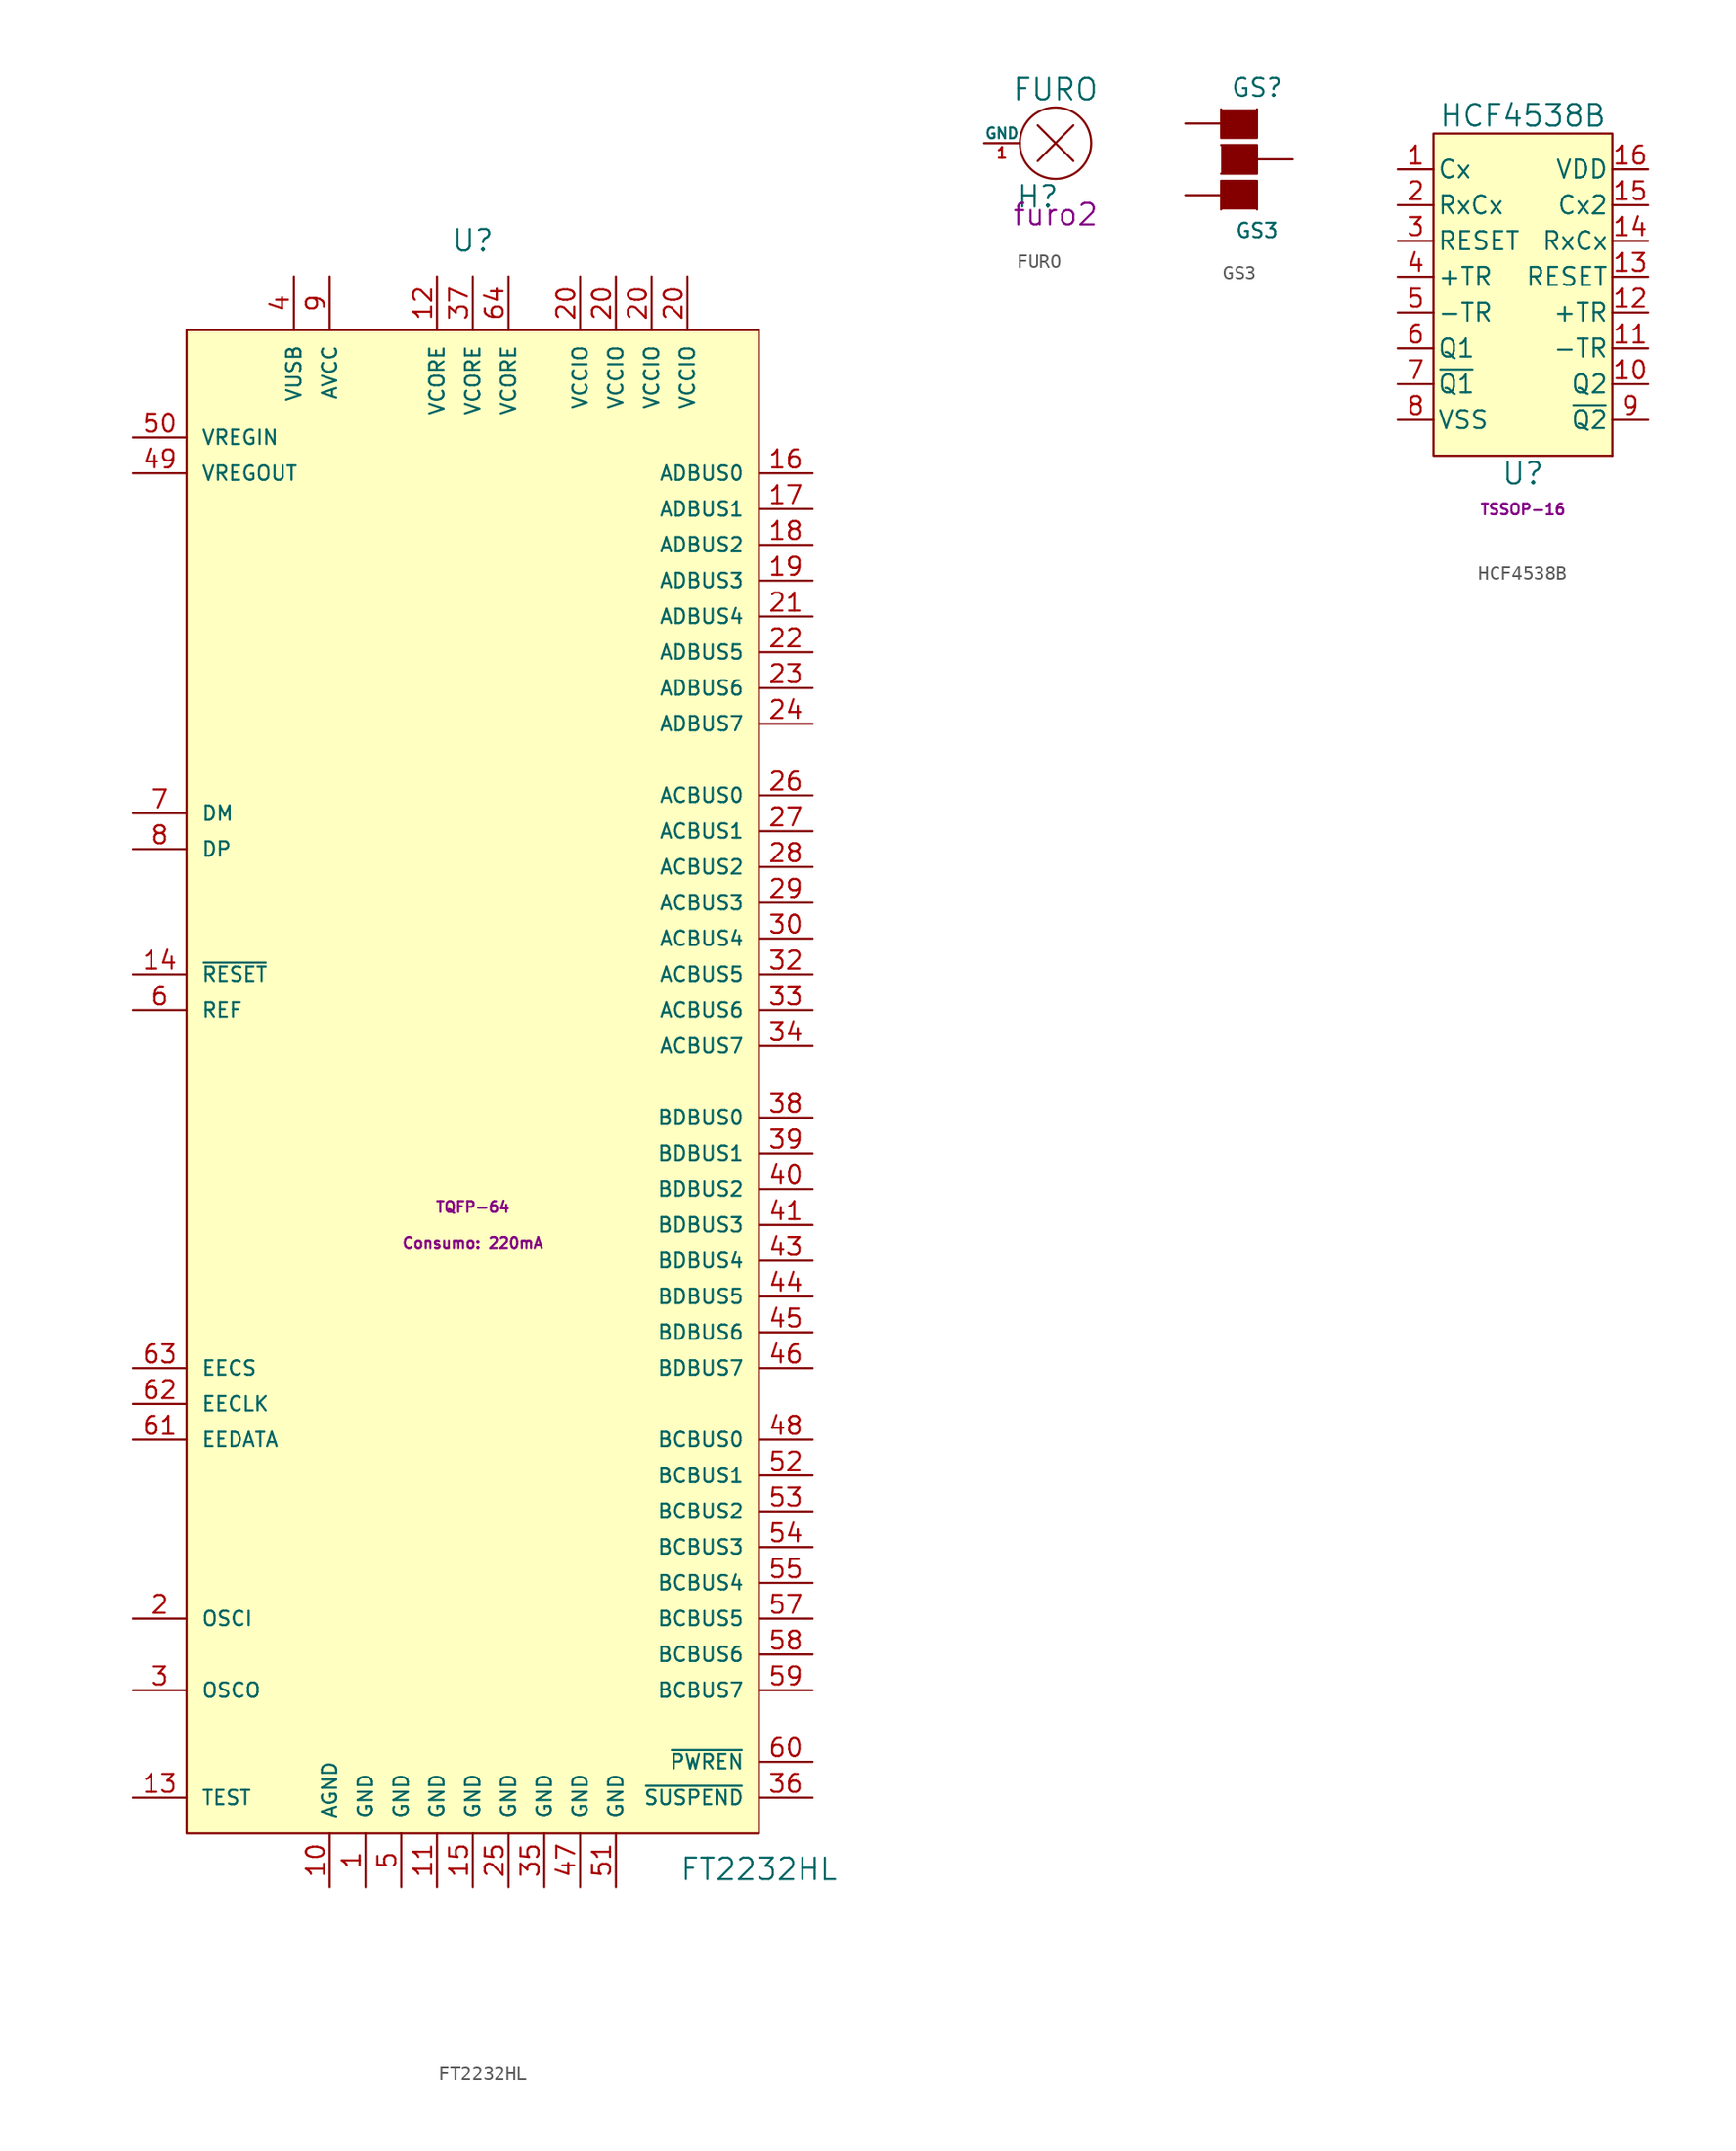
<source format=kicad_sym>
(kicad_symbol_lib
  (version 20220914)
  (generator kicad_symbol_editor)
  (symbol "FT2232HL"
    (pin_names
      (offset 1.016))
    (property "Reference" "U"
      (at 0 59.69 0)
      (effects (font (size 1.524 1.524))))
    (property "Value" "FT2232HL"
      (at 20.32 -55.88 0)
      (effects (font (size 1.524 1.524))))
    (property "Footprint" "TQFP-64"
      (at 0 -8.89 0)
      (effects (font (size 0.762 0.762))))
    (property "Datasheet" ""
      (at 0 0 0)
      (effects (font (size 1.524 1.524))))
    (property "Field4" "Consumo: 220mA"
      (at 0 -11.43 0)
      (effects (font (size 0.762 0.762))))
    (symbol "FT2232HL_0_1"
      (rectangle (start 20.32 -53.34) (end -20.32 53.34) (stroke (width 0) (type default)) (fill (type background))))
    (symbol "FT2232HL_1_1"
      (pin input line (at -7.62 -57.15 90) (length 3.81) (name "GND" (effects (font (size 1.016 1.016)))) (number "1" (effects (font (size 1.27 1.27)))))
      (pin input line (at -10.16 -57.15 90) (length 3.81) (name "AGND" (effects (font (size 1.016 1.016)))) (number "10" (effects (font (size 1.27 1.27)))))
      (pin input line (at -2.54 -57.15 90) (length 3.81) (name "GND" (effects (font (size 1.016 1.016)))) (number "11" (effects (font (size 1.27 1.27)))))
      (pin input line (at -2.54 57.15 270) (length 3.81) (name "VCORE" (effects (font (size 1.016 1.016)))) (number "12" (effects (font (size 1.27 1.27)))))
      (pin input line (at -24.13 -50.8 0) (length 3.81) (name "TEST" (effects (font (size 1.016 1.016)))) (number "13" (effects (font (size 1.27 1.27)))))
      (pin input line (at -24.13 7.62 0) (length 3.81) (name "~{RESET}" (effects (font (size 1.016 1.016)))) (number "14" (effects (font (size 1.27 1.27)))))
      (pin input line (at 0 -57.15 90) (length 3.81) (name "GND" (effects (font (size 1.016 1.016)))) (number "15" (effects (font (size 1.27 1.27)))))
      (pin input line (at 24.13 43.18 180) (length 3.81) (name "ADBUS0" (effects (font (size 1.016 1.016)))) (number "16" (effects (font (size 1.27 1.27)))))
      (pin input line (at 24.13 40.64 180) (length 3.81) (name "ADBUS1" (effects (font (size 1.016 1.016)))) (number "17" (effects (font (size 1.27 1.27)))))
      (pin input line (at 24.13 38.1 180) (length 3.81) (name "ADBUS2" (effects (font (size 1.016 1.016)))) (number "18" (effects (font (size 1.27 1.27)))))
      (pin input line (at 24.13 35.56 180) (length 3.81) (name "ADBUS3" (effects (font (size 1.016 1.016)))) (number "19" (effects (font (size 1.27 1.27)))))
      (pin input line (at -24.13 -38.1 0) (length 3.81) (name "OSCI" (effects (font (size 1.016 1.016)))) (number "2" (effects (font (size 1.27 1.27)))))
      (pin input line (at 7.62 57.15 270) (length 3.81) (name "VCCIO" (effects (font (size 1.016 1.016)))) (number "20" (effects (font (size 1.27 1.27)))))
      (pin input line (at 10.16 57.15 270) (length 3.81) (name "VCCIO" (effects (font (size 1.016 1.016)))) (number "20" (effects (font (size 1.27 1.27)))))
      (pin input line (at 12.7 57.15 270) (length 3.81) (name "VCCIO" (effects (font (size 1.016 1.016)))) (number "20" (effects (font (size 1.27 1.27)))))
      (pin input line (at 15.24 57.15 270) (length 3.81) (name "VCCIO" (effects (font (size 1.016 1.016)))) (number "20" (effects (font (size 1.27 1.27)))))
      (pin input line (at 24.13 33.02 180) (length 3.81) (name "ADBUS4" (effects (font (size 1.016 1.016)))) (number "21" (effects (font (size 1.27 1.27)))))
      (pin input line (at 24.13 30.48 180) (length 3.81) (name "ADBUS5" (effects (font (size 1.016 1.016)))) (number "22" (effects (font (size 1.27 1.27)))))
      (pin input line (at 24.13 27.94 180) (length 3.81) (name "ADBUS6" (effects (font (size 1.016 1.016)))) (number "23" (effects (font (size 1.27 1.27)))))
      (pin input line (at 24.13 25.4 180) (length 3.81) (name "ADBUS7" (effects (font (size 1.016 1.016)))) (number "24" (effects (font (size 1.27 1.27)))))
      (pin input line (at 2.54 -57.15 90) (length 3.81) (name "GND" (effects (font (size 1.016 1.016)))) (number "25" (effects (font (size 1.27 1.27)))))
      (pin input line (at 24.13 20.32 180) (length 3.81) (name "ACBUS0" (effects (font (size 1.016 1.016)))) (number "26" (effects (font (size 1.27 1.27)))))
      (pin input line (at 24.13 17.78 180) (length 3.81) (name "ACBUS1" (effects (font (size 1.016 1.016)))) (number "27" (effects (font (size 1.27 1.27)))))
      (pin input line (at 24.13 15.24 180) (length 3.81) (name "ACBUS2" (effects (font (size 1.016 1.016)))) (number "28" (effects (font (size 1.27 1.27)))))
      (pin input line (at 24.13 12.7 180) (length 3.81) (name "ACBUS3" (effects (font (size 1.016 1.016)))) (number "29" (effects (font (size 1.27 1.27)))))
      (pin input line (at -24.13 -43.18 0) (length 3.81) (name "OSCO" (effects (font (size 1.016 1.016)))) (number "3" (effects (font (size 1.27 1.27)))))
      (pin input line (at 24.13 10.16 180) (length 3.81) (name "ACBUS4" (effects (font (size 1.016 1.016)))) (number "30" (effects (font (size 1.27 1.27)))))
      (pin input line (at 24.13 7.62 180) (length 3.81) (name "ACBUS5" (effects (font (size 1.016 1.016)))) (number "32" (effects (font (size 1.27 1.27)))))
      (pin input line (at 24.13 5.08 180) (length 3.81) (name "ACBUS6" (effects (font (size 1.016 1.016)))) (number "33" (effects (font (size 1.27 1.27)))))
      (pin input line (at 24.13 2.54 180) (length 3.81) (name "ACBUS7" (effects (font (size 1.016 1.016)))) (number "34" (effects (font (size 1.27 1.27)))))
      (pin input line (at 5.08 -57.15 90) (length 3.81) (name "GND" (effects (font (size 1.016 1.016)))) (number "35" (effects (font (size 1.27 1.27)))))
      (pin input line (at 24.13 -50.8 180) (length 3.81) (name "~{SUSPEND}" (effects (font (size 1.016 1.016)))) (number "36" (effects (font (size 1.27 1.27)))))
      (pin input line (at 0 57.15 270) (length 3.81) (name "VCORE" (effects (font (size 1.016 1.016)))) (number "37" (effects (font (size 1.27 1.27)))))
      (pin input line (at 24.13 -2.54 180) (length 3.81) (name "BDBUS0" (effects (font (size 1.016 1.016)))) (number "38" (effects (font (size 1.27 1.27)))))
      (pin input line (at 24.13 -5.08 180) (length 3.81) (name "BDBUS1" (effects (font (size 1.016 1.016)))) (number "39" (effects (font (size 1.27 1.27)))))
      (pin input line (at -12.7 57.15 270) (length 3.81) (name "VUSB" (effects (font (size 1.016 1.016)))) (number "4" (effects (font (size 1.27 1.27)))))
      (pin input line (at 24.13 -7.62 180) (length 3.81) (name "BDBUS2" (effects (font (size 1.016 1.016)))) (number "40" (effects (font (size 1.27 1.27)))))
      (pin input line (at 24.13 -10.16 180) (length 3.81) (name "BDBUS3" (effects (font (size 1.016 1.016)))) (number "41" (effects (font (size 1.27 1.27)))))
      (pin input line (at 24.13 -12.7 180) (length 3.81) (name "BDBUS4" (effects (font (size 1.016 1.016)))) (number "43" (effects (font (size 1.27 1.27)))))
      (pin input line (at 24.13 -15.24 180) (length 3.81) (name "BDBUS5" (effects (font (size 1.016 1.016)))) (number "44" (effects (font (size 1.27 1.27)))))
      (pin input line (at 24.13 -17.78 180) (length 3.81) (name "BDBUS6" (effects (font (size 1.016 1.016)))) (number "45" (effects (font (size 1.27 1.27)))))
      (pin input line (at 24.13 -20.32 180) (length 3.81) (name "BDBUS7" (effects (font (size 1.016 1.016)))) (number "46" (effects (font (size 1.27 1.27)))))
      (pin input line (at 7.62 -57.15 90) (length 3.81) (name "GND" (effects (font (size 1.016 1.016)))) (number "47" (effects (font (size 1.27 1.27)))))
      (pin input line (at 24.13 -25.4 180) (length 3.81) (name "BCBUS0" (effects (font (size 1.016 1.016)))) (number "48" (effects (font (size 1.27 1.27)))))
      (pin input line (at -24.13 43.18 0) (length 3.81) (name "VREGOUT" (effects (font (size 1.016 1.016)))) (number "49" (effects (font (size 1.27 1.27)))))
      (pin input line (at -5.08 -57.15 90) (length 3.81) (name "GND" (effects (font (size 1.016 1.016)))) (number "5" (effects (font (size 1.27 1.27)))))
      (pin input line (at -24.13 45.72 0) (length 3.81) (name "VREGIN" (effects (font (size 1.016 1.016)))) (number "50" (effects (font (size 1.27 1.27)))))
      (pin input line (at 10.16 -57.15 90) (length 3.81) (name "GND" (effects (font (size 1.016 1.016)))) (number "51" (effects (font (size 1.27 1.27)))))
      (pin input line (at 24.13 -27.94 180) (length 3.81) (name "BCBUS1" (effects (font (size 1.016 1.016)))) (number "52" (effects (font (size 1.27 1.27)))))
      (pin input line (at 24.13 -30.48 180) (length 3.81) (name "BCBUS2" (effects (font (size 1.016 1.016)))) (number "53" (effects (font (size 1.27 1.27)))))
      (pin input line (at 24.13 -33.02 180) (length 3.81) (name "BCBUS3" (effects (font (size 1.016 1.016)))) (number "54" (effects (font (size 1.27 1.27)))))
      (pin input line (at 24.13 -35.56 180) (length 3.81) (name "BCBUS4" (effects (font (size 1.016 1.016)))) (number "55" (effects (font (size 1.27 1.27)))))
      (pin input line (at 24.13 -38.1 180) (length 3.81) (name "BCBUS5" (effects (font (size 1.016 1.016)))) (number "57" (effects (font (size 1.27 1.27)))))
      (pin input line (at 24.13 -40.64 180) (length 3.81) (name "BCBUS6" (effects (font (size 1.016 1.016)))) (number "58" (effects (font (size 1.27 1.27)))))
      (pin input line (at 24.13 -43.18 180) (length 3.81) (name "BCBUS7" (effects (font (size 1.016 1.016)))) (number "59" (effects (font (size 1.27 1.27)))))
      (pin input line (at -24.13 5.08 0) (length 3.81) (name "REF" (effects (font (size 1.016 1.016)))) (number "6" (effects (font (size 1.27 1.27)))))
      (pin input line (at 24.13 -48.26 180) (length 3.81) (name "~{PWREN}" (effects (font (size 1.016 1.016)))) (number "60" (effects (font (size 1.27 1.27)))))
      (pin input line (at -24.13 -25.4 0) (length 3.81) (name "EEDATA" (effects (font (size 1.016 1.016)))) (number "61" (effects (font (size 1.27 1.27)))))
      (pin input line (at -24.13 -22.86 0) (length 3.81) (name "EECLK" (effects (font (size 1.016 1.016)))) (number "62" (effects (font (size 1.27 1.27)))))
      (pin input line (at -24.13 -20.32 0) (length 3.81) (name "EECS" (effects (font (size 1.016 1.016)))) (number "63" (effects (font (size 1.27 1.27)))))
      (pin input line (at 2.54 57.15 270) (length 3.81) (name "VCORE" (effects (font (size 1.016 1.016)))) (number "64" (effects (font (size 1.27 1.27)))))
      (pin input line (at -24.13 19.05 0) (length 3.81) (name "DM" (effects (font (size 1.016 1.016)))) (number "7" (effects (font (size 1.27 1.27)))))
      (pin input line (at -24.13 16.51 0) (length 3.81) (name "DP" (effects (font (size 1.016 1.016)))) (number "8" (effects (font (size 1.27 1.27)))))
      (pin input line (at -10.16 57.15 270) (length 3.81) (name "AVCC" (effects (font (size 1.016 1.016)))) (number "9" (effects (font (size 1.27 1.27)))))))
  (symbol "FURO"
    (pin_names
      (offset 0))
    (property "Reference" "H"
      (at -1.27 -3.81 0)
      (effects (font (size 1.524 1.524))))
    (property "Value" "FURO"
      (at 0 3.81 0)
      (effects (font (size 1.524 1.524))))
    (property "Footprint" "furo2"
      (at 0 -5.08 0)
      (effects (font (size 1.524 1.524))))
    (property "Datasheet" ""
      (at 0 0 0)
      (effects (font (size 1.524 1.524))))
    (symbol "FURO_0_1"
      (polyline (pts (xy -1.27 -1.27) (xy 1.27 1.27) (xy 1.27 1.27)) (stroke (width 0) (type default)) (fill (type none)))
      (polyline (pts (xy -1.27 1.27) (xy 1.27 -1.27) (xy 1.27 -1.27)) (stroke (width 0) (type default)) (fill (type none)))
      (circle (center 0 0) (radius 2.54) (stroke (width 0) (type default)) (fill (type none))))
    (symbol "FURO_1_1"
      (pin input line (at -5.08 0 0) (length 2.54) (name "GND" (effects (font (size 0.762 0.762)))) (number "1" (effects (font (size 0.762 0.762)))))))
  (symbol "GS3"
    (pin_numbers hide)
    (pin_names
      (offset 1.016) hide)
    (property "Reference" "GS"
      (at 1.27 5.08 0)
      (effects (font (size 1.27 1.27))))
    (property "Value" "GS3"
      (at 1.27 -5.055 0)
      (effects (font (size 1.016 1.016))))
    (property "Footprint" ""
      (at 0 0 0)
      (effects (font (size 1.524 1.524))))
    (property "Datasheet" ""
      (at 0 0 0)
      (effects (font (size 1.524 1.524))))
    (symbol "GS3_0_1"
      (polyline (pts (xy -1.27 -3.556) (xy -1.27 -1.524) (xy 1.27 -1.524) (xy 1.27 -3.556)) (stroke (width 0) (type default)) (fill (type outline)))
      (polyline (pts (xy -1.27 1.016) (xy 1.27 1.016) (xy 1.27 -1.016) (xy -1.27 -1.016)) (stroke (width 0) (type default)) (fill (type outline)))
      (polyline (pts (xy -1.27 3.556) (xy -1.27 1.524) (xy 1.27 1.524) (xy 1.27 3.556)) (stroke (width 0) (type default)) (fill (type outline))))
    (symbol "GS3_1_1"
      (pin passive line (at -3.81 2.54 0) (length 2.54) (name "G1" (effects (font (size 1.524 1.524)))) (number "1" (effects (font (size 1.524 1.524)))))
      (pin passive line (at 3.81 0 180) (length 2.54) (name "G2" (effects (font (size 1.524 1.524)))) (number "2" (effects (font (size 1.524 1.524)))))
      (pin passive line (at -3.81 -2.54 0) (length 2.54) (name "G3" (effects (font (size 1.524 1.524)))) (number "3" (effects (font (size 1.524 1.524)))))))
  (symbol "HCF4538B"
    (pin_names
      (offset 0.254))
    (property "Reference" "U"
      (at 0 -12.7 0)
      (effects (font (size 1.524 1.524))))
    (property "Value" "HCF4538B"
      (at 0 12.7 0)
      (effects (font (size 1.524 1.524))))
    (property "Footprint" "TSSOP-16"
      (at 0 -15.24 0)
      (effects (font (size 0.762 0.762))))
    (property "Datasheet" ""
      (at 0 0 0)
      (effects (font (size 1.524 1.524))))
    (symbol "HCF4538B_0_1"
      (rectangle (start -6.35 11.43) (end 6.35 -11.43) (stroke (width 0) (type default)) (fill (type background)))
      (rectangle (start 6.35 -11.43) (end 6.35 -11.43) (stroke (width 0) (type default)) (fill (type none))))
    (symbol "HCF4538B_1_1"
      (pin bidirectional line (at -8.89 8.89 0) (length 2.54) (name "Cx" (effects (font (size 1.27 1.27)))) (number "1" (effects (font (size 1.27 1.27)))))
      (pin bidirectional line (at 8.89 -6.35 180) (length 2.54) (name "Q2" (effects (font (size 1.27 1.27)))) (number "10" (effects (font (size 1.27 1.27)))))
      (pin bidirectional line (at 8.89 -3.81 180) (length 2.54) (name "-TR" (effects (font (size 1.27 1.27)))) (number "11" (effects (font (size 1.27 1.27)))))
      (pin bidirectional line (at 8.89 -1.27 180) (length 2.54) (name "+TR" (effects (font (size 1.27 1.27)))) (number "12" (effects (font (size 1.27 1.27)))))
      (pin bidirectional line (at 8.89 1.27 180) (length 2.54) (name "RESET" (effects (font (size 1.27 1.27)))) (number "13" (effects (font (size 1.27 1.27)))))
      (pin bidirectional line (at 8.89 3.81 180) (length 2.54) (name "RxCx" (effects (font (size 1.27 1.27)))) (number "14" (effects (font (size 1.27 1.27)))))
      (pin bidirectional line (at 8.89 6.35 180) (length 2.54) (name "Cx2" (effects (font (size 1.27 1.27)))) (number "15" (effects (font (size 1.27 1.27)))))
      (pin bidirectional line (at 8.89 8.89 180) (length 2.54) (name "VDD" (effects (font (size 1.27 1.27)))) (number "16" (effects (font (size 1.27 1.27)))))
      (pin bidirectional line (at -8.89 6.35 0) (length 2.54) (name "RxCx" (effects (font (size 1.27 1.27)))) (number "2" (effects (font (size 1.27 1.27)))))
      (pin bidirectional line (at -8.89 3.81 0) (length 2.54) (name "RESET" (effects (font (size 1.27 1.27)))) (number "3" (effects (font (size 1.27 1.27)))))
      (pin bidirectional line (at -8.89 1.27 0) (length 2.54) (name "+TR" (effects (font (size 1.27 1.27)))) (number "4" (effects (font (size 1.27 1.27)))))
      (pin bidirectional line (at -8.89 -1.27 0) (length 2.54) (name "-TR" (effects (font (size 1.27 1.27)))) (number "5" (effects (font (size 1.27 1.27)))))
      (pin bidirectional line (at -8.89 -3.81 0) (length 2.54) (name "Q1" (effects (font (size 1.27 1.27)))) (number "6" (effects (font (size 1.27 1.27)))))
      (pin bidirectional line (at -8.89 -6.35 0) (length 2.54) (name "~{Q1}" (effects (font (size 1.27 1.27)))) (number "7" (effects (font (size 1.27 1.27)))))
      (pin bidirectional line (at -8.89 -8.89 0) (length 2.54) (name "VSS" (effects (font (size 1.27 1.27)))) (number "8" (effects (font (size 1.27 1.27)))))
      (pin bidirectional line (at 8.89 -8.89 180) (length 2.54) (name "~{Q2}" (effects (font (size 1.27 1.27)))) (number "9" (effects (font (size 1.27 1.27))))))))
</source>
